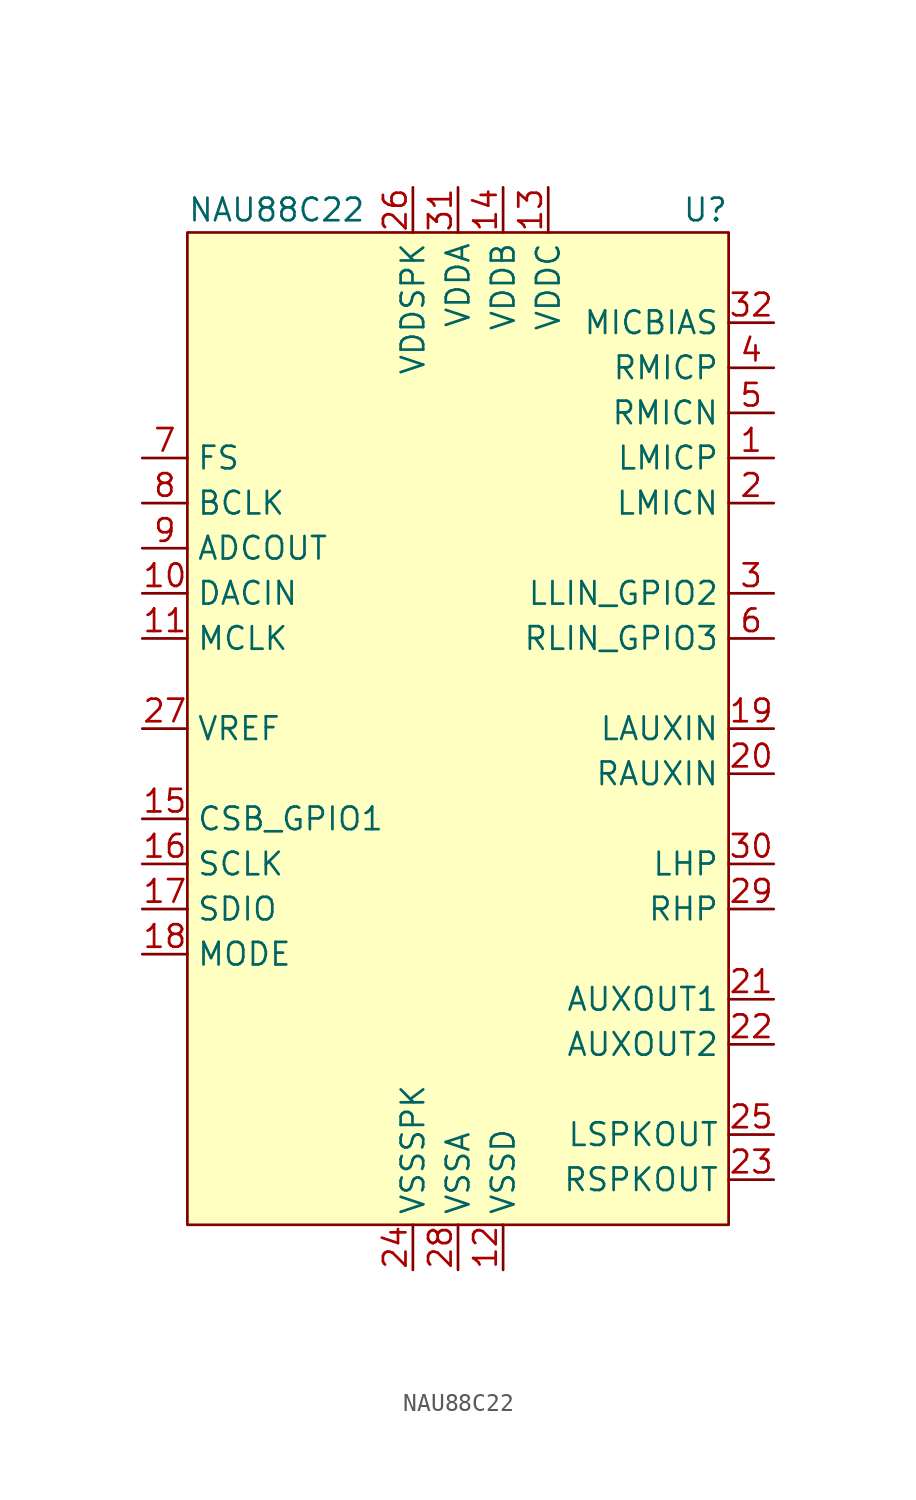
<source format=kicad_sym>
(kicad_symbol_lib
  (version 20211014)
  (generator kicad_symbol_editor)
  (symbol "NAU88C22"
    (property "Reference" "U"
      (at 15.24 29.21 0)
      (effects (font (size 1.27 1.27)) (justify right)))
    (property "Value" "NAU88C22"
      (at -15.24 29.21 0)
      (effects (font (size 1.27 1.27)) (justify left)))
    (symbol "NAU88C22_0_0"
      (pin power_in line (at 2.54 -30.48 90) (length 2.54) (name "VSSD" (effects (font (size 1.27 1.27)))) (number "12" (effects (font (size 1.27 1.27)))))
      (pin power_in line (at 5.08 30.48 270) (length 2.54) (name "VDDC" (effects (font (size 1.27 1.27)))) (number "13" (effects (font (size 1.27 1.27)))))
      (pin power_in line (at 2.54 30.48 270) (length 2.54) (name "VDDB" (effects (font (size 1.27 1.27)))) (number "14" (effects (font (size 1.27 1.27)))))
      (pin bidirectional line (at -17.78 -5.08 0) (length 2.54) (name "CSB_GPIO1" (effects (font (size 1.27 1.27)))) (number "15" (effects (font (size 1.27 1.27)))))
      (pin bidirectional line (at -17.78 -7.62 0) (length 2.54) (name "SCLK" (effects (font (size 1.27 1.27)))) (number "16" (effects (font (size 1.27 1.27)))))
      (pin bidirectional line (at -17.78 -10.16 0) (length 2.54) (name "SDIO" (effects (font (size 1.27 1.27)))) (number "17" (effects (font (size 1.27 1.27)))))
      (pin input line (at -17.78 -12.7 0) (length 2.54) (name "MODE" (effects (font (size 1.27 1.27)))) (number "18" (effects (font (size 1.27 1.27)))))
      (pin input line (at 17.78 0 180) (length 2.54) (name "LAUXIN" (effects (font (size 1.27 1.27)))) (number "19" (effects (font (size 1.27 1.27)))))
      (pin input line (at 17.78 -2.54 180) (length 2.54) (name "RAUXIN" (effects (font (size 1.27 1.27)))) (number "20" (effects (font (size 1.27 1.27)))))
      (pin output line (at 17.78 -15.24 180) (length 2.54) (name "AUXOUT1" (effects (font (size 1.27 1.27)))) (number "21" (effects (font (size 1.27 1.27)))))
      (pin output line (at 17.78 -17.78 180) (length 2.54) (name "AUXOUT2" (effects (font (size 1.27 1.27)))) (number "22" (effects (font (size 1.27 1.27)))))
      (pin output line (at 17.78 -25.4 180) (length 2.54) (name "RSPKOUT" (effects (font (size 1.27 1.27)))) (number "23" (effects (font (size 1.27 1.27)))))
      (pin power_in line (at -2.54 -30.48 90) (length 2.54) (name "VSSSPK" (effects (font (size 1.27 1.27)))) (number "24" (effects (font (size 1.27 1.27)))))
      (pin output line (at 17.78 -22.86 180) (length 2.54) (name "LSPKOUT" (effects (font (size 1.27 1.27)))) (number "25" (effects (font (size 1.27 1.27)))))
      (pin power_in line (at -2.54 30.48 270) (length 2.54) (name "VDDSPK" (effects (font (size 1.27 1.27)))) (number "26" (effects (font (size 1.27 1.27)))))
      (pin input line (at -17.78 0 0) (length 2.54) (name "VREF" (effects (font (size 1.27 1.27)))) (number "27" (effects (font (size 1.27 1.27)))))
      (pin power_in line (at 0 -30.48 90) (length 2.54) (name "VSSA" (effects (font (size 1.27 1.27)))) (number "28" (effects (font (size 1.27 1.27)))))
      (pin output line (at 17.78 -10.16 180) (length 2.54) (name "RHP" (effects (font (size 1.27 1.27)))) (number "29" (effects (font (size 1.27 1.27)))))
      (pin output line (at 17.78 -7.62 180) (length 2.54) (name "LHP" (effects (font (size 1.27 1.27)))) (number "30" (effects (font (size 1.27 1.27)))))
      (pin power_in line (at 0 30.48 270) (length 2.54) (name "VDDA" (effects (font (size 1.27 1.27)))) (number "31" (effects (font (size 1.27 1.27)))))
      (pin power_out line (at 17.78 22.86 180) (length 2.54) (name "MICBIAS" (effects (font (size 1.27 1.27)))) (number "32" (effects (font (size 1.27 1.27))))))
    (symbol "NAU88C22_0_1"
      (rectangle (start -15.24 27.94) (end 15.24 -27.94) (stroke (width 0) (type default) (color 0 0 0 0)) (fill (type background))))
    (symbol "NAU88C22_1_1"
      (pin input line (at 17.78 15.24 180) (length 2.54) (name "LMICP" (effects (font (size 1.27 1.27)))) (number "1" (effects (font (size 1.27 1.27)))))
      (pin input line (at -17.78 7.62 0) (length 2.54) (name "DACIN" (effects (font (size 1.27 1.27)))) (number "10" (effects (font (size 1.27 1.27)))))
      (pin bidirectional line (at -17.78 5.08 0) (length 2.54) (name "MCLK" (effects (font (size 1.27 1.27)))) (number "11" (effects (font (size 1.27 1.27)))))
      (pin input line (at 17.78 12.7 180) (length 2.54) (name "LMICN" (effects (font (size 1.27 1.27)))) (number "2" (effects (font (size 1.27 1.27)))))
      (pin bidirectional line (at 17.78 7.62 180) (length 2.54) (name "LLIN_GPIO2" (effects (font (size 1.27 1.27)))) (number "3" (effects (font (size 1.27 1.27)))))
      (pin input line (at 17.78 20.32 180) (length 2.54) (name "RMICP" (effects (font (size 1.27 1.27)))) (number "4" (effects (font (size 1.27 1.27)))))
      (pin input line (at 17.78 17.78 180) (length 2.54) (name "RMICN" (effects (font (size 1.27 1.27)))) (number "5" (effects (font (size 1.27 1.27)))))
      (pin bidirectional line (at 17.78 5.08 180) (length 2.54) (name "RLIN_GPIO3" (effects (font (size 1.27 1.27)))) (number "6" (effects (font (size 1.27 1.27)))))
      (pin bidirectional line (at -17.78 15.24 0) (length 2.54) (name "FS" (effects (font (size 1.27 1.27)))) (number "7" (effects (font (size 1.27 1.27)))))
      (pin bidirectional line (at -17.78 12.7 0) (length 2.54) (name "BCLK" (effects (font (size 1.27 1.27)))) (number "8" (effects (font (size 1.27 1.27)))))
      (pin output line (at -17.78 10.16 0) (length 2.54) (name "ADCOUT" (effects (font (size 1.27 1.27)))) (number "9" (effects (font (size 1.27 1.27))))))))
</source>
